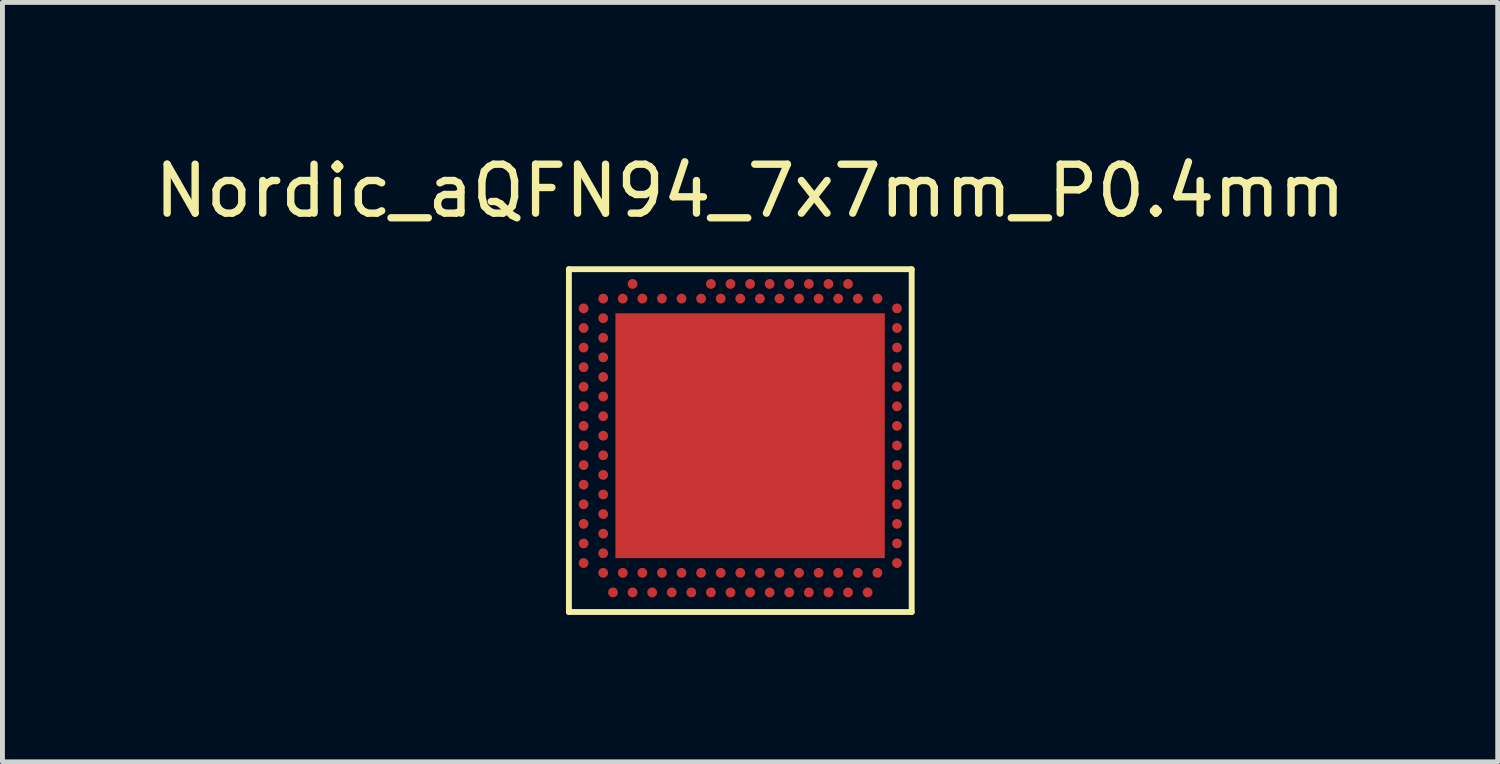
<source format=kicad_pcb>
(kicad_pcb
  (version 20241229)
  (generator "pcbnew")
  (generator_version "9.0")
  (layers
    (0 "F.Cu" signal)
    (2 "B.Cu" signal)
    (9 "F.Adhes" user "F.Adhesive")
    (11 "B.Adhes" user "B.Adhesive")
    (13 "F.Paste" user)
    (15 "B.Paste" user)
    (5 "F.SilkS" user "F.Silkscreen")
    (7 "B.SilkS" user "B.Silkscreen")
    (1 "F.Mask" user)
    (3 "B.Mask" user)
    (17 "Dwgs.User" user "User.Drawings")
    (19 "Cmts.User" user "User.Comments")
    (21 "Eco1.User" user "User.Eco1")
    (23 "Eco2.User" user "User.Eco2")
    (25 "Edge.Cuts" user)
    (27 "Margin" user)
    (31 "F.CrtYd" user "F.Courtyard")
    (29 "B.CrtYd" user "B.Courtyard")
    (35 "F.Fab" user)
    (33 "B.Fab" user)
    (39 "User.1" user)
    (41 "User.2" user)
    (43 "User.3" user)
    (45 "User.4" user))
  (footprint "Nordic_aQFN94_7x7mm_P0.4mm"
    (layer "F.Cu")
    (at 12.268 5.348)
    (property "Reference" "Nordic_aQFN94_7x7mm_P0.4mm" (at 0 -4.5 0) (layer "F.SilkS") (effects (font (size 1 1) (thickness 0.15))))
    (attr smd)
    (fp_line (start -3.7 -2.9) (end -3.7 4.1) (stroke (width 0.12) (type solid)) (layer "F.SilkS"))
    (fp_line (start -3.7 4.1) (end 3.3 4.1) (stroke (width 0.12) (type solid)) (layer "F.SilkS"))
    (fp_line (start 3.3 -2.9) (end -3.7 -2.9) (stroke (width 0.12) (type solid)) (layer "F.SilkS"))
    (fp_line (start 3.3 4.1) (end 3.3 -2.9) (stroke (width 0.12) (type solid)) (layer "F.SilkS"))
    (pad "A5" smd circle (at -2.4 -2.6 90) (size 0.2 0.2) (layers "F.Cu" "F.Mask"))
    (pad "A13" smd circle (at -0.8 -2.6 90) (size 0.2 0.2) (layers "F.Cu" "F.Mask"))
    (pad "A15" smd circle (at -0.4 -2.6 90) (size 0.2 0.2) (layers "F.Cu" "F.Mask"))
    (pad "A17" smd circle (at 0 -2.6 90) (size 0.2 0.2) (layers "F.Cu" "F.Mask"))
    (pad "A19" smd circle (at 0.4 -2.6 90) (size 0.2 0.2) (layers "F.Cu" "F.Mask"))
    (pad "A21" smd circle (at 0.8 -2.6 90) (size 0.2 0.2) (layers "F.Cu" "F.Mask"))
    (pad "A23" smd circle (at 1.2 -2.6 90) (size 0.2 0.2) (layers "F.Cu" "F.Mask"))
    (pad "A25" smd circle (at 1.6 -2.6 90) (size 0.2 0.2) (layers "F.Cu" "F.Mask"))
    (pad "A27" smd circle (at 2 -2.6 90) (size 0.2 0.2) (layers "F.Cu" "F.Mask"))
    (pad "AA1" smd circle (at -3.4 1.5 270) (size 0.2 0.2) (layers "F.Cu" "F.Mask"))
    (pad "AA31" smd circle (at 3 1.5 180) (size 0.2 0.2) (layers "F.Cu" "F.Mask"))
    (pad "AB2" smd circle (at -3 1.7 90) (size 0.2 0.2) (layers "F.Cu" "F.Mask"))
    (pad "AC1" smd circle (at -3.4 1.9 180) (size 0.2 0.2) (layers "F.Cu" "F.Mask"))
    (pad "AC31" smd circle (at 3 1.9 180) (size 0.2 0.2) (layers "F.Cu" "F.Mask"))
    (pad "AD2" smd circle (at -3 2.1 90) (size 0.2 0.2) (layers "F.Cu" "F.Mask"))
    (pad "AE1" smd circle (at -3.4 2.3 180) (size 0.2 0.2) (layers "F.Cu" "F.Mask"))
    (pad "AE31" smd circle (at 3 2.3 180) (size 0.2 0.2) (layers "F.Cu" "F.Mask"))
    (pad "AF2" smd circle (at -3 2.5 90) (size 0.2 0.2) (layers "F.Cu" "F.Mask"))
    (pad "AG1" smd circle (at -3.4 2.7 180) (size 0.2 0.2) (layers "F.Cu" "F.Mask"))
    (pad "AG31" smd circle (at 3 2.7 180) (size 0.2 0.2) (layers "F.Cu" "F.Mask"))
    (pad "AH2" smd circle (at -3 2.9 90) (size 0.2 0.2) (layers "F.Cu" "F.Mask"))
    (pad "AJ1" smd circle (at -3.4 3.1 180) (size 0.2 0.2) (layers "F.Cu" "F.Mask"))
    (pad "AJ31" smd circle (at 3 3.1 180) (size 0.2 0.2) (layers "F.Cu" "F.Mask"))
    (pad "AK2" smd circle (at -3 3.3 90) (size 0.2 0.2) (layers "F.Cu" "F.Mask"))
    (pad "AK4" smd circle (at -2.6 3.3 90) (size 0.2 0.2) (layers "F.Cu" "F.Mask"))
    (pad "AK6" smd circle (at -2.2 3.3 90) (size 0.2 0.2) (layers "F.Cu" "F.Mask"))
    (pad "AK8" smd circle (at -1.8 3.3 90) (size 0.2 0.2) (layers "F.Cu" "F.Mask"))
    (pad "AK10" smd circle (at -1.4 3.3 90) (size 0.2 0.2) (layers "F.Cu" "F.Mask"))
    (pad "AK12" smd circle (at -1 3.3 90) (size 0.2 0.2) (layers "F.Cu" "F.Mask"))
    (pad "AK14" smd circle (at -0.6 3.3 90) (size 0.2 0.2) (layers "F.Cu" "F.Mask"))
    (pad "AK16" smd circle (at -0.2 3.3 90) (size 0.2 0.2) (layers "F.Cu" "F.Mask"))
    (pad "AK18" smd circle (at 0.2 3.3 90) (size 0.2 0.2) (layers "F.Cu" "F.Mask"))
    (pad "AK20" smd circle (at 0.6 3.3 90) (size 0.2 0.2) (layers "F.Cu" "F.Mask"))
    (pad "AK22" smd circle (at 1 3.3 90) (size 0.2 0.2) (layers "F.Cu" "F.Mask"))
    (pad "AK24" smd circle (at 1.4 3.3 90) (size 0.2 0.2) (layers "F.Cu" "F.Mask"))
    (pad "AK26" smd circle (at 1.8 3.3 90) (size 0.2 0.2) (layers "F.Cu" "F.Mask"))
    (pad "AK28" smd circle (at 2.2 3.3 90) (size 0.2 0.2) (layers "F.Cu" "F.Mask"))
    (pad "AK30" smd circle (at 2.6 3.3 90) (size 0.2 0.2) (layers "F.Cu" "F.Mask"))
    (pad "AL3" smd circle (at -2.8 3.7 90) (size 0.2 0.2) (layers "F.Cu" "F.Mask"))
    (pad "AL5" smd circle (at -2.4 3.7 90) (size 0.2 0.2) (layers "F.Cu" "F.Mask"))
    (pad "AL7" smd circle (at -2 3.7 90) (size 0.2 0.2) (layers "F.Cu" "F.Mask"))
    (pad "AL9" smd circle (at -1.6 3.7 90) (size 0.2 0.2) (layers "F.Cu" "F.Mask"))
    (pad "AL11" smd circle (at -1.2 3.7 90) (size 0.2 0.2) (layers "F.Cu" "F.Mask"))
    (pad "AL13" smd circle (at -0.8 3.7 90) (size 0.2 0.2) (layers "F.Cu" "F.Mask"))
    (pad "AL15" smd circle (at -0.4 3.7 90) (size 0.2 0.2) (layers "F.Cu" "F.Mask"))
    (pad "AL17" smd circle (at 0 3.7 90) (size 0.2 0.2) (layers "F.Cu" "F.Mask"))
    (pad "AL19" smd circle (at 0.4 3.7 90) (size 0.2 0.2) (layers "F.Cu" "F.Mask"))
    (pad "AL21" smd circle (at 0.8 3.7 90) (size 0.2 0.2) (layers "F.Cu" "F.Mask"))
    (pad "AL23" smd circle (at 1.2 3.7 90) (size 0.2 0.2) (layers "F.Cu" "F.Mask"))
    (pad "AL25" smd circle (at 1.6 3.7 90) (size 0.2 0.2) (layers "F.Cu" "F.Mask"))
    (pad "AL27" smd circle (at 2 3.7 90) (size 0.2 0.2) (layers "F.Cu" "F.Mask"))
    (pad "AL29" smd circle (at 2.4 3.7 90) (size 0.2 0.2) (layers "F.Cu" "F.Mask"))
    (pad "B2" smd circle (at -3 -2.3 90) (size 0.2 0.2) (layers "F.Cu" "F.Mask"))
    (pad "B4" smd circle (at -2.6 -2.3 90) (size 0.2 0.2) (layers "F.Cu" "F.Mask"))
    (pad "B6" smd circle (at -2.2 -2.3 90) (size 0.2 0.2) (layers "F.Cu" "F.Mask"))
    (pad "B8" smd circle (at -1.8 -2.3 90) (size 0.2 0.2) (layers "F.Cu" "F.Mask"))
    (pad "B10" smd circle (at -1.4 -2.3 90) (size 0.2 0.2) (layers "F.Cu" "F.Mask"))
    (pad "B12" smd circle (at -1 -2.3 90) (size 0.2 0.2) (layers "F.Cu" "F.Mask"))
    (pad "B14" smd circle (at -0.6 -2.3 90) (size 0.2 0.2) (layers "F.Cu" "F.Mask"))
    (pad "B16" smd circle (at -0.2 -2.3 90) (size 0.2 0.2) (layers "F.Cu" "F.Mask"))
    (pad "B18" smd circle (at 0.2 -2.3 90) (size 0.2 0.2) (layers "F.Cu" "F.Mask"))
    (pad "B20" smd circle (at 0.6 -2.3 90) (size 0.2 0.2) (layers "F.Cu" "F.Mask"))
    (pad "B22" smd circle (at 1 -2.3 90) (size 0.2 0.2) (layers "F.Cu" "F.Mask"))
    (pad "B24" smd circle (at 1.4 -2.3 90) (size 0.2 0.2) (layers "F.Cu" "F.Mask"))
    (pad "B26" smd circle (at 1.8 -2.3 90) (size 0.2 0.2) (layers "F.Cu" "F.Mask"))
    (pad "B28" smd circle (at 2.2 -2.3 90) (size 0.2 0.2) (layers "F.Cu" "F.Mask"))
    (pad "B30" smd circle (at 2.6 -2.3 180) (size 0.2 0.2) (layers "F.Cu" "F.Mask"))
    (pad "C1" smd circle (at -3.4 -2.1 180) (size 0.2 0.2) (layers "F.Cu" "F.Mask"))
    (pad "C31" smd circle (at 3 -2.1 180) (size 0.2 0.2) (layers "F.Cu" "F.Mask"))
    (pad "D2" smd circle (at -3 -1.9 90) (size 0.2 0.2) (layers "F.Cu" "F.Mask"))
    (pad "E1" smd circle (at -3.4 -1.7 180) (size 0.2 0.2) (layers "F.Cu" "F.Mask"))
    (pad "E31" smd circle (at 3 -1.7 180) (size 0.2 0.2) (layers "F.Cu" "F.Mask"))
    (pad "F2" smd circle (at -3 -1.5 90) (size 0.2 0.2) (layers "F.Cu" "F.Mask"))
    (pad "G1" smd circle (at -3.4 -1.3 180) (size 0.2 0.2) (layers "F.Cu" "F.Mask"))
    (pad "G31" smd circle (at 3 -1.3 180) (size 0.2 0.2) (layers "F.Cu" "F.Mask"))
    (pad "H2" smd circle (at -3 -1.1 90) (size 0.2 0.2) (layers "F.Cu" "F.Mask"))
    (pad "J1" smd circle (at -3.4 -0.9 180) (size 0.2 0.2) (layers "F.Cu" "F.Mask"))
    (pad "J31" smd circle (at 3 -0.9 180) (size 0.2 0.2) (layers "F.Cu" "F.Mask"))
    (pad "K2" smd circle (at -3 -0.7 90) (size 0.2 0.2) (layers "F.Cu" "F.Mask"))
    (pad "L1" smd circle (at -3.4 -0.5 180) (size 0.2 0.2) (layers "F.Cu" "F.Mask"))
    (pad "L31" smd circle (at 3 -0.5 180) (size 0.2 0.2) (layers "F.Cu" "F.Mask"))
    (pad "M2" smd circle (at -3 -0.3 90) (size 0.2 0.2) (layers "F.Cu" "F.Mask"))
    (pad "N1" smd circle (at -3.4 -0.1 180) (size 0.2 0.2) (layers "F.Cu" "F.Mask"))
    (pad "N31" smd circle (at 3 -0.1 180) (size 0.2 0.2) (layers "F.Cu" "F.Mask"))
    (pad "P2" smd circle (at -3 0.1 90) (size 0.2 0.2) (layers "F.Cu" "F.Mask"))
    (pad "R1" smd circle (at -3.4 0.3 180) (size 0.2 0.2) (layers "F.Cu" "F.Mask"))
    (pad "R31" smd circle (at 3 0.3 180) (size 0.2 0.2) (layers "F.Cu" "F.Mask"))
    (pad "T2" smd circle (at -3 0.5 90) (size 0.2 0.2) (layers "F.Cu" "F.Mask"))
    (pad "U1" smd circle (at -3.4 0.7 180) (size 0.2 0.2) (layers "F.Cu" "F.Mask"))
    (pad "U31" smd circle (at 3 0.7 180) (size 0.2 0.2) (layers "F.Cu" "F.Mask"))
    (pad "V2" smd circle (at -3 0.9 90) (size 0.2 0.2) (layers "F.Cu" "F.Mask"))
    (pad "VSS" smd rect (at 0 0.5 180) (size 5.5 5) (layers "F.Cu" "F.Mask"))
    (pad "W1" smd circle (at -3.4 1.1 180) (size 0.2 0.2) (layers "F.Cu" "F.Mask"))
    (pad "W31" smd circle (at 3 1.1 270) (size 0.2 0.2) (layers "F.Cu" "F.Mask"))
    (pad "Y2" smd circle (at -3 1.3 90) (size 0.2 0.2) (layers "F.Cu" "F.Mask")))
  (gr_rect
    (start -3 -3)
    (end 27.536 12.508)
    (stroke (width 0.1) (type default))
    (fill no)
    (layer "Edge.Cuts")))
</source>
